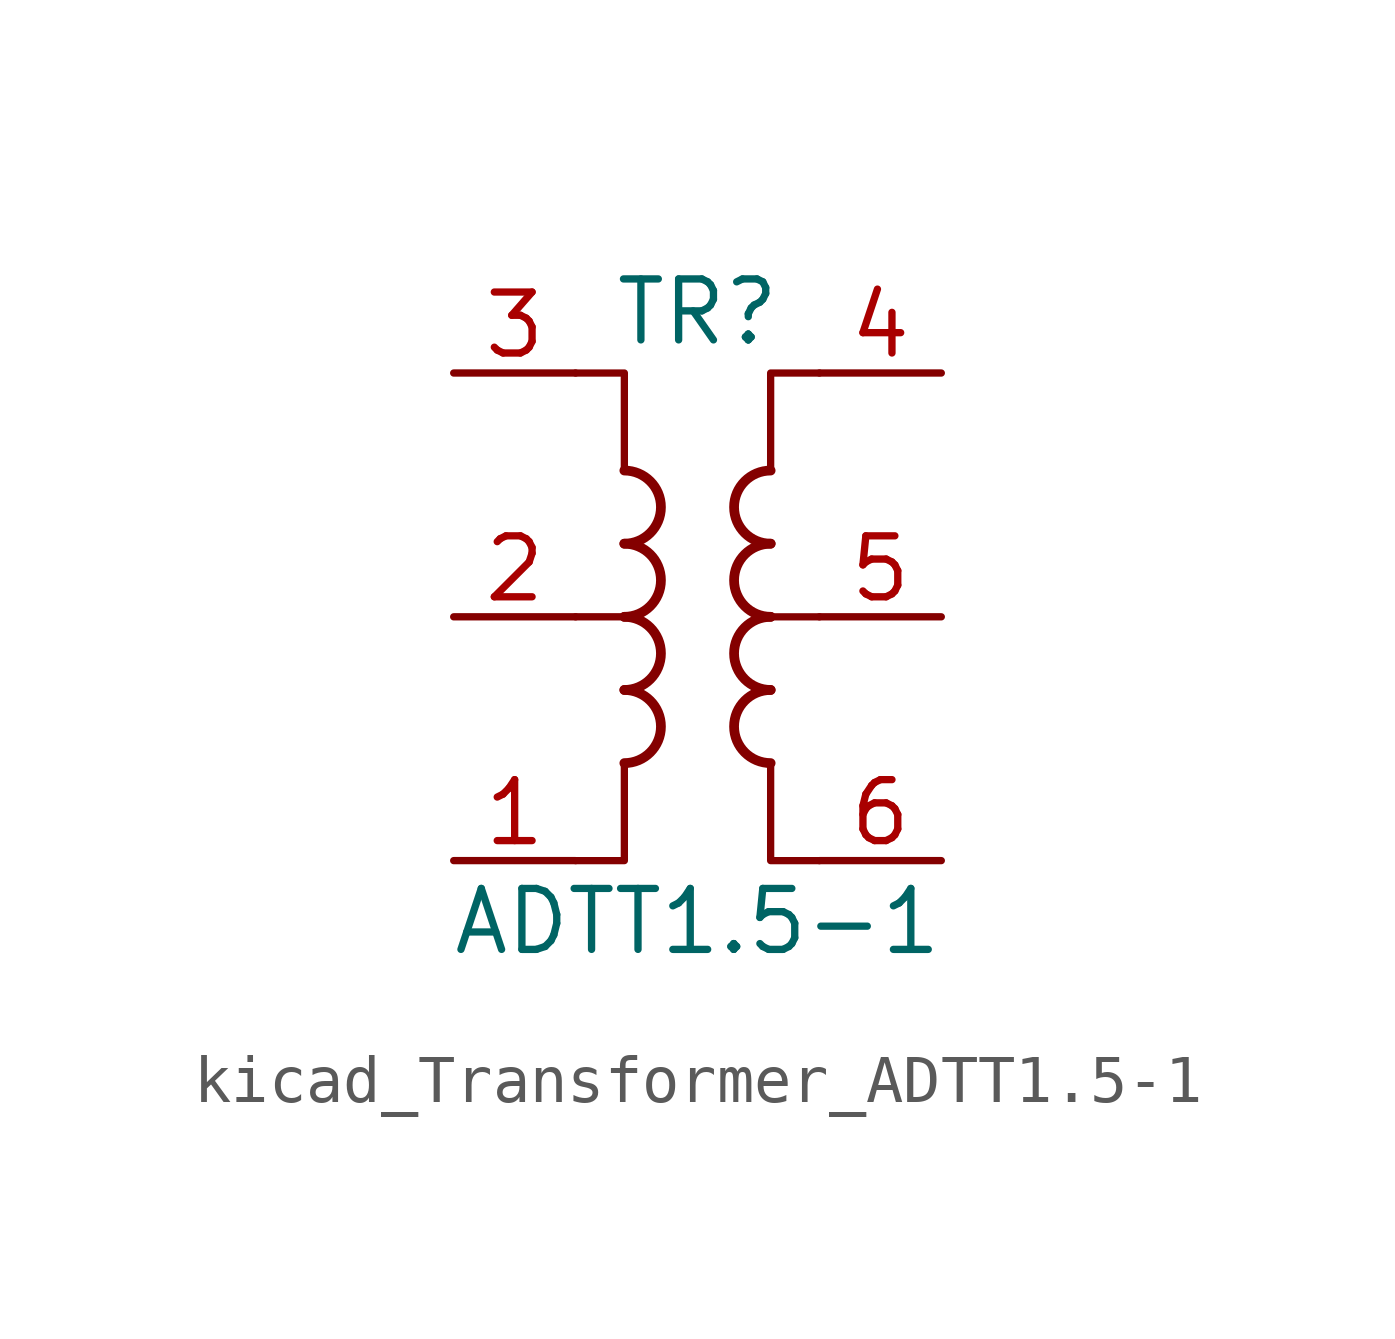
<source format=kicad_sym>
(kicad_symbol_lib
  (version 20220914)
  (generator kicad_symbol_editor)
  (symbol "kicad_Transformer_ADTT1.5-1"
    (pin_names hide)
    (property "Reference" "TR"
      (at 0 6.35 0)
      (effects (font (size 1.27 1.27))))
    (property "Value" "ADTT1.5-1"
      (at 0 -6.35 0)
      (effects (font (size 1.27 1.27))))
    (symbol "kicad_Transformer_ADTT1.5-1_0_1"
      (arc (start -1.524 -3.048) (mid -0.7653 -2.286) (end -1.524 -1.524) (stroke (width 0.2032) (type default)) (fill (type none)))
      (arc (start -1.524 -1.524) (mid -0.7653 -0.762) (end -1.524 0) (stroke (width 0.2032) (type default)) (fill (type none)))
      (arc (start -1.524 0) (mid -0.7653 0.762) (end -1.524 1.524) (stroke (width 0.2032) (type default)) (fill (type none)))
      (arc (start -1.524 1.524) (mid -0.7653 2.286) (end -1.524 3.048) (stroke (width 0.2032) (type default)) (fill (type none)))
      (polyline (pts (xy -2.54 0) (xy -1.27 0)) (stroke (width 0) (type default)) (fill (type none)))
      (polyline (pts (xy 2.54 0) (xy 1.27 0)) (stroke (width 0.152) (type default)) (fill (type none)))
      (polyline (pts (xy -2.54 5.08) (xy -1.524 5.08) (xy -1.524 3.048)) (stroke (width 0.152) (type default)) (fill (type none)))
      (polyline (pts (xy -1.524 -3.048) (xy -1.524 -5.08) (xy -2.54 -5.08)) (stroke (width 0.152) (type default)) (fill (type none)))
      (polyline (pts (xy 1.524 3.048) (xy 1.524 5.08) (xy 2.54 5.08)) (stroke (width 0.152) (type default)) (fill (type none)))
      (polyline (pts (xy 2.54 -5.08) (xy 1.524 -5.08) (xy 1.524 -3.048)) (stroke (width 0.152) (type default)) (fill (type none)))
      (arc (start 1.524 -1.524) (mid 0.7653 -2.286) (end 1.524 -3.048) (stroke (width 0.2032) (type default)) (fill (type none)))
      (arc (start 1.524 0) (mid 0.7653 -0.762) (end 1.524 -1.524) (stroke (width 0.2032) (type default)) (fill (type none)))
      (arc (start 1.524 1.524) (mid 0.7653 0.762) (end 1.524 0) (stroke (width 0.2032) (type default)) (fill (type none)))
      (arc (start 1.524 3.048) (mid 0.7653 2.286) (end 1.524 1.524) (stroke (width 0.2032) (type default)) (fill (type none))))
    (symbol "kicad_Transformer_ADTT1.5-1_1_1"
      (pin passive line (at -5.08 -5.08 0) (length 2.54) (name "~" (effects (font (size 1.27 1.27)))) (number "1" (effects (font (size 1.27 1.27)))))
      (pin passive line (at -5.08 0 0) (length 2.54) (name "~" (effects (font (size 1.27 1.27)))) (number "2" (effects (font (size 1.27 1.27)))))
      (pin passive line (at -5.08 5.08 0) (length 2.54) (name "~" (effects (font (size 1.27 1.27)))) (number "3" (effects (font (size 1.27 1.27)))))
      (pin passive line (at 5.08 5.08 180) (length 2.54) (name "~" (effects (font (size 1.27 1.27)))) (number "4" (effects (font (size 1.27 1.27)))))
      (pin passive line (at 5.08 0 180) (length 2.54) (name "~" (effects (font (size 1.27 1.27)))) (number "5" (effects (font (size 1.27 1.27)))))
      (pin passive line (at 5.08 -5.08 180) (length 2.54) (name "~" (effects (font (size 1.27 1.27)))) (number "6" (effects (font (size 1.27 1.27))))))))
</source>
